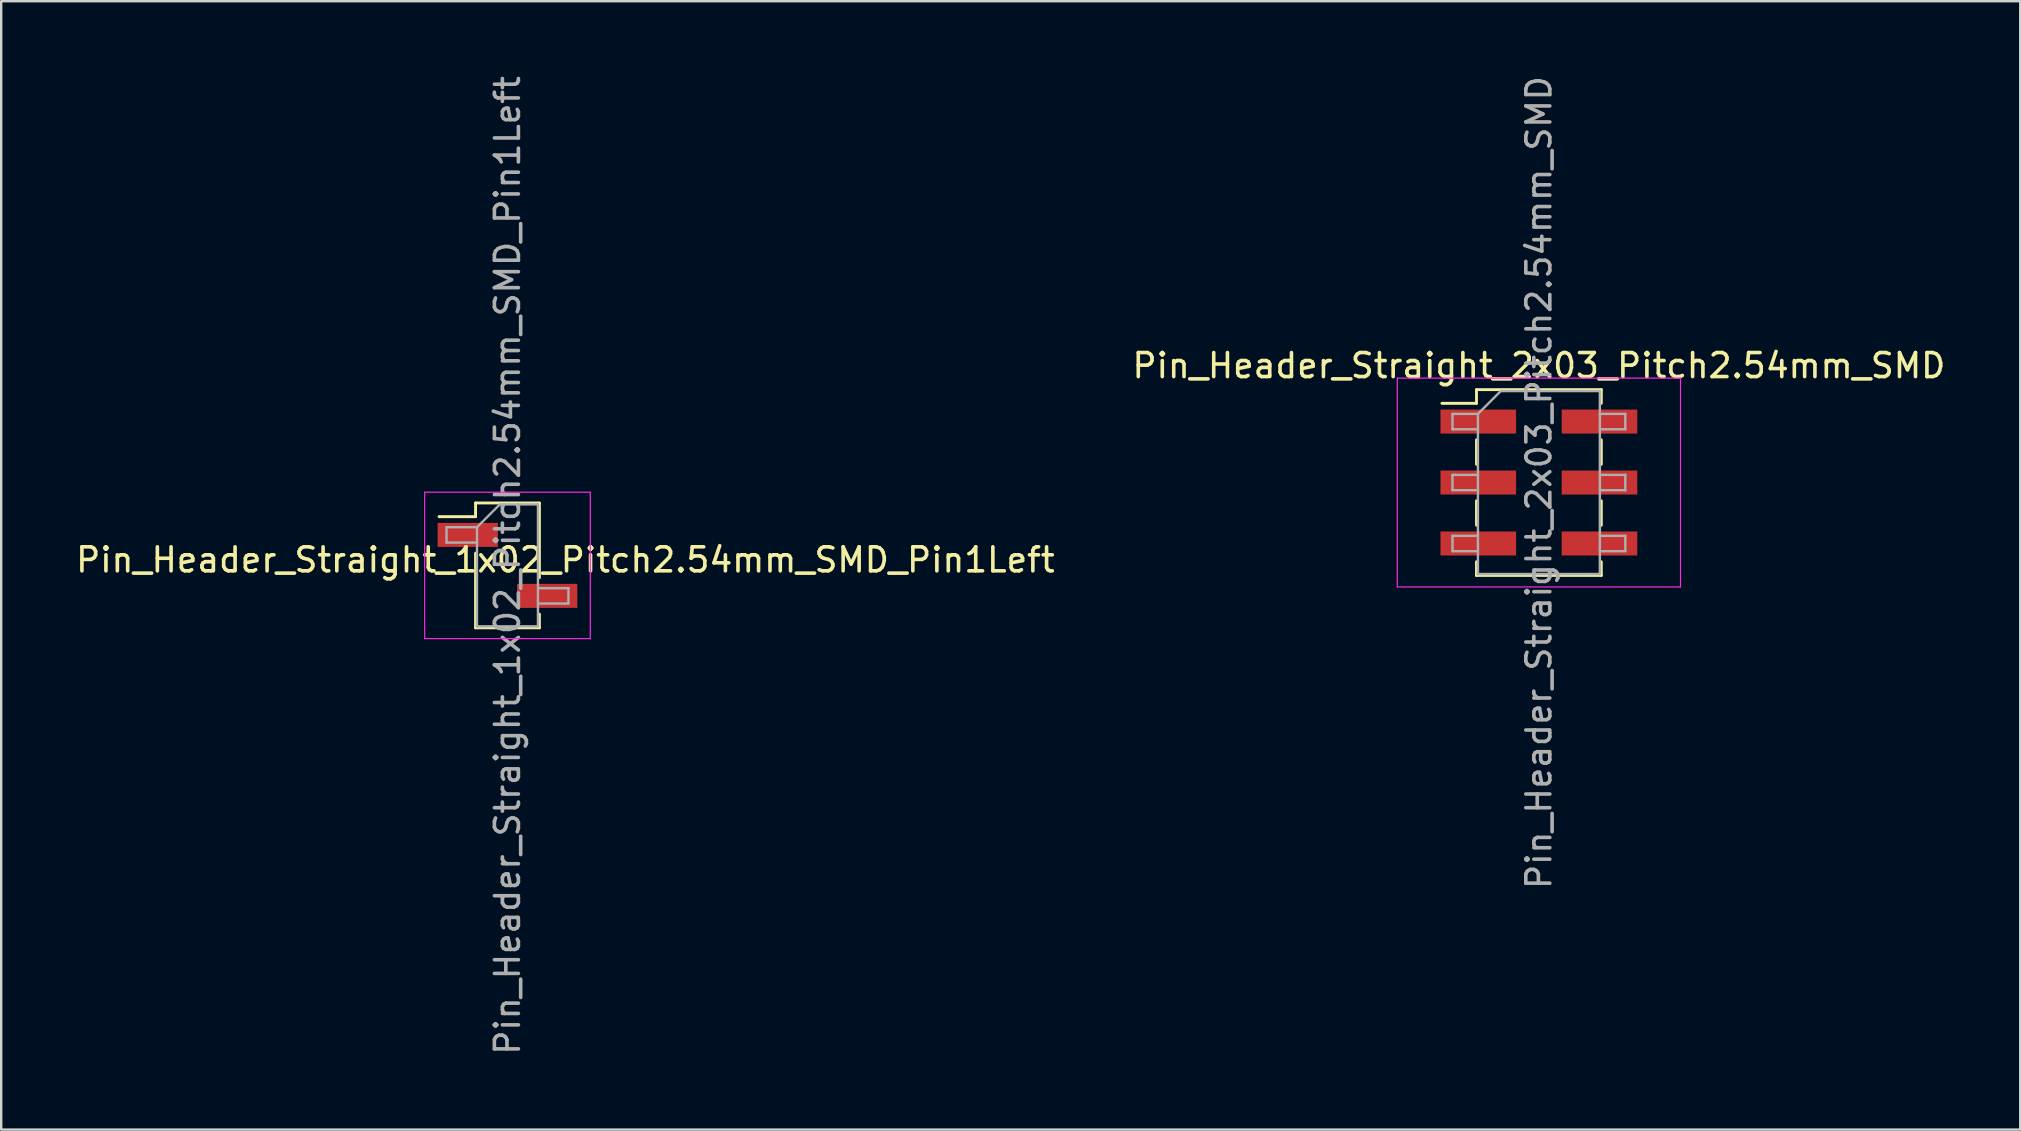
<source format=kicad_pcb>
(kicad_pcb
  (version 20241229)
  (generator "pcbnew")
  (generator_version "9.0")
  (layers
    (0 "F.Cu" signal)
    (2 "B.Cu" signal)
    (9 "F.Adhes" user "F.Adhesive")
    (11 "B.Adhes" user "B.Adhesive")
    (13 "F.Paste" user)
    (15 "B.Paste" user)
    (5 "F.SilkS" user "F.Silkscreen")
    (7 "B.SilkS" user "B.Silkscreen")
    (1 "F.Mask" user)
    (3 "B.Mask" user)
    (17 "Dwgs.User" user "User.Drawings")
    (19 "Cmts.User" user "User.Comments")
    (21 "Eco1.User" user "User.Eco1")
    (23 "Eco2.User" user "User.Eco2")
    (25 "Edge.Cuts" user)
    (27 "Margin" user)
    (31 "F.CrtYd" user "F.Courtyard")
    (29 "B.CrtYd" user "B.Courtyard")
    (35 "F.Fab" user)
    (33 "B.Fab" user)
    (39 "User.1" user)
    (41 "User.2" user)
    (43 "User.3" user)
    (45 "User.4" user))
  (footprint "Pin_Header_Straight_1x02_Pitch2.54mm_SMD_Pin1Left"
    (layer "F.Cu")
    (at 18.093 20.506)
    (property "Reference" "Pin_Header_Straight_1x02_Pitch2.54mm_SMD_Pin1Left" (at 2.413 -0.229 180) (layer "F.SilkS") (effects (font (size 1 1) (thickness 0.15))))
    (attr smd)
    (fp_line (start -1.33 -2.6) (end -1.33 -2.03) (stroke (width 0.12) (type solid)) (layer "F.SilkS"))
    (fp_line (start -1.33 -2.6) (end 1.33 -2.6) (stroke (width 0.12) (type solid)) (layer "F.SilkS"))
    (fp_line (start -1.33 -2.03) (end -2.85 -2.03) (stroke (width 0.12) (type solid)) (layer "F.SilkS"))
    (fp_line (start -1.33 -0.51) (end -1.33 2.6) (stroke (width 0.12) (type solid)) (layer "F.SilkS"))
    (fp_line (start -1.33 2.6) (end 1.33 2.6) (stroke (width 0.12) (type solid)) (layer "F.SilkS"))
    (fp_line (start 1.33 -2.6) (end 1.33 0.51) (stroke (width 0.12) (type solid)) (layer "F.SilkS"))
    (fp_line (start 1.33 2.03) (end 1.33 2.6) (stroke (width 0.12) (type solid)) (layer "F.SilkS"))
    (fp_line (start -3.45 -3.05) (end -3.45 3.05) (stroke (width 0.05) (type solid)) (layer "F.CrtYd"))
    (fp_line (start -3.45 3.05) (end 3.45 3.05) (stroke (width 0.05) (type solid)) (layer "F.CrtYd"))
    (fp_line (start 3.45 -3.05) (end -3.45 -3.05) (stroke (width 0.05) (type solid)) (layer "F.CrtYd"))
    (fp_line (start 3.45 3.05) (end 3.45 -3.05) (stroke (width 0.05) (type solid)) (layer "F.CrtYd"))
    (fp_line (start -2.54 -1.59) (end -2.54 -0.95) (stroke (width 0.1) (type solid)) (layer "F.Fab"))
    (fp_line (start -2.54 -0.95) (end -1.27 -0.95) (stroke (width 0.1) (type solid)) (layer "F.Fab"))
    (fp_line (start -1.27 -1.59) (end -2.54 -1.59) (stroke (width 0.1) (type solid)) (layer "F.Fab"))
    (fp_line (start -1.27 -1.59) (end -0.32 -2.54) (stroke (width 0.1) (type solid)) (layer "F.Fab"))
    (fp_line (start -1.27 2.54) (end -1.27 -1.59) (stroke (width 0.1) (type solid)) (layer "F.Fab"))
    (fp_line (start -0.32 -2.54) (end 1.27 -2.54) (stroke (width 0.1) (type solid)) (layer "F.Fab"))
    (fp_line (start 1.27 -2.54) (end 1.27 2.54) (stroke (width 0.1) (type solid)) (layer "F.Fab"))
    (fp_line (start 1.27 0.95) (end 2.54 0.95) (stroke (width 0.1) (type solid)) (layer "F.Fab"))
    (fp_line (start 1.27 2.54) (end -1.27 2.54) (stroke (width 0.1) (type solid)) (layer "F.Fab"))
    (fp_line (start 2.54 0.95) (end 2.54 1.59) (stroke (width 0.1) (type solid)) (layer "F.Fab"))
    (fp_line (start 2.54 1.59) (end 1.27 1.59) (stroke (width 0.1) (type solid)) (layer "F.Fab"))
    (fp_text user "${REFERENCE}" (at 0 0 270) (layer "F.Fab") (effects (font (size 1 1) (thickness 0.15))))
    (pad "1" smd rect (at -1.655 -1.27) (size 2.51 1) (layers "F.Cu" "F.Mask" "F.Paste"))
    (pad "2" smd rect (at 1.655 1.27) (size 2.51 1) (layers "F.Cu" "F.Mask" "F.Paste")))
  (footprint "Pin_Header_Straight_2x03_Pitch2.54mm_SMD"
    (layer "F.Cu")
    (at 61.065 17.054)
    (property "Reference" "Pin_Header_Straight_2x03_Pitch2.54mm_SMD" (at 0 -4.87 0) (layer "F.SilkS") (effects (font (size 1 1) (thickness 0.15))))
    (attr smd)
    (fp_line (start -4.04 -3.3) (end -2.6 -3.3) (stroke (width 0.12) (type solid)) (layer "F.SilkS"))
    (fp_line (start -2.6 -3.87) (end -2.6 -3.3) (stroke (width 0.12) (type solid)) (layer "F.SilkS"))
    (fp_line (start -2.6 -3.87) (end 2.6 -3.87) (stroke (width 0.12) (type solid)) (layer "F.SilkS"))
    (fp_line (start -2.6 -1.78) (end -2.6 -0.76) (stroke (width 0.12) (type solid)) (layer "F.SilkS"))
    (fp_line (start -2.6 0.76) (end -2.6 1.78) (stroke (width 0.12) (type solid)) (layer "F.SilkS"))
    (fp_line (start -2.6 3.3) (end -2.6 3.87) (stroke (width 0.12) (type solid)) (layer "F.SilkS"))
    (fp_line (start -2.6 3.87) (end 2.6 3.87) (stroke (width 0.12) (type solid)) (layer "F.SilkS"))
    (fp_line (start 2.6 -3.87) (end 2.6 -3.3) (stroke (width 0.12) (type solid)) (layer "F.SilkS"))
    (fp_line (start 2.6 -1.78) (end 2.6 -0.76) (stroke (width 0.12) (type solid)) (layer "F.SilkS"))
    (fp_line (start 2.6 0.76) (end 2.6 1.78) (stroke (width 0.12) (type solid)) (layer "F.SilkS"))
    (fp_line (start 2.6 3.3) (end 2.6 3.87) (stroke (width 0.12) (type solid)) (layer "F.SilkS"))
    (fp_line (start -5.9 -4.35) (end -5.9 4.35) (stroke (width 0.05) (type solid)) (layer "F.CrtYd"))
    (fp_line (start -5.9 4.35) (end 5.9 4.35) (stroke (width 0.05) (type solid)) (layer "F.CrtYd"))
    (fp_line (start 5.9 -4.35) (end -5.9 -4.35) (stroke (width 0.05) (type solid)) (layer "F.CrtYd"))
    (fp_line (start 5.9 4.35) (end 5.9 -4.35) (stroke (width 0.05) (type solid)) (layer "F.CrtYd"))
    (fp_line (start -3.6 -2.86) (end -3.6 -2.22) (stroke (width 0.1) (type solid)) (layer "F.Fab"))
    (fp_line (start -3.6 -2.22) (end -2.54 -2.22) (stroke (width 0.1) (type solid)) (layer "F.Fab"))
    (fp_line (start -3.6 -0.32) (end -3.6 0.32) (stroke (width 0.1) (type solid)) (layer "F.Fab"))
    (fp_line (start -3.6 0.32) (end -2.54 0.32) (stroke (width 0.1) (type solid)) (layer "F.Fab"))
    (fp_line (start -3.6 2.22) (end -3.6 2.86) (stroke (width 0.1) (type solid)) (layer "F.Fab"))
    (fp_line (start -3.6 2.86) (end -2.54 2.86) (stroke (width 0.1) (type solid)) (layer "F.Fab"))
    (fp_line (start -2.54 -2.86) (end -3.6 -2.86) (stroke (width 0.1) (type solid)) (layer "F.Fab"))
    (fp_line (start -2.54 -2.86) (end -1.59 -3.81) (stroke (width 0.1) (type solid)) (layer "F.Fab"))
    (fp_line (start -2.54 -0.32) (end -3.6 -0.32) (stroke (width 0.1) (type solid)) (layer "F.Fab"))
    (fp_line (start -2.54 2.22) (end -3.6 2.22) (stroke (width 0.1) (type solid)) (layer "F.Fab"))
    (fp_line (start -2.54 3.81) (end -2.54 -2.86) (stroke (width 0.1) (type solid)) (layer "F.Fab"))
    (fp_line (start -1.59 -3.81) (end 2.54 -3.81) (stroke (width 0.1) (type solid)) (layer "F.Fab"))
    (fp_line (start 2.54 -3.81) (end 2.54 3.81) (stroke (width 0.1) (type solid)) (layer "F.Fab"))
    (fp_line (start 2.54 -2.86) (end 3.6 -2.86) (stroke (width 0.1) (type solid)) (layer "F.Fab"))
    (fp_line (start 2.54 -0.32) (end 3.6 -0.32) (stroke (width 0.1) (type solid)) (layer "F.Fab"))
    (fp_line (start 2.54 2.22) (end 3.6 2.22) (stroke (width 0.1) (type solid)) (layer "F.Fab"))
    (fp_line (start 2.54 3.81) (end -2.54 3.81) (stroke (width 0.1) (type solid)) (layer "F.Fab"))
    (fp_line (start 3.6 -2.86) (end 3.6 -2.22) (stroke (width 0.1) (type solid)) (layer "F.Fab"))
    (fp_line (start 3.6 -2.22) (end 2.54 -2.22) (stroke (width 0.1) (type solid)) (layer "F.Fab"))
    (fp_line (start 3.6 -0.32) (end 3.6 0.32) (stroke (width 0.1) (type solid)) (layer "F.Fab"))
    (fp_line (start 3.6 0.32) (end 2.54 0.32) (stroke (width 0.1) (type solid)) (layer "F.Fab"))
    (fp_line (start 3.6 2.22) (end 3.6 2.86) (stroke (width 0.1) (type solid)) (layer "F.Fab"))
    (fp_line (start 3.6 2.86) (end 2.54 2.86) (stroke (width 0.1) (type solid)) (layer "F.Fab"))
    (fp_text user "${REFERENCE}" (at 0 0 90) (layer "F.Fab") (effects (font (size 1 1) (thickness 0.15))))
    (pad "1" smd rect (at -2.525 -2.54) (size 3.15 1) (layers "F.Cu" "F.Mask" "F.Paste"))
    (pad "2" smd rect (at 2.525 -2.54) (size 3.15 1) (layers "F.Cu" "F.Mask" "F.Paste"))
    (pad "3" smd rect (at -2.525 0) (size 3.15 1) (layers "F.Cu" "F.Mask" "F.Paste"))
    (pad "4" smd rect (at 2.525 0) (size 3.15 1) (layers "F.Cu" "F.Mask" "F.Paste"))
    (pad "5" smd rect (at -2.525 2.54) (size 3.15 1) (layers "F.Cu" "F.Mask" "F.Paste"))
    (pad "6" smd rect (at 2.525 2.54) (size 3.15 1) (layers "F.Cu" "F.Mask" "F.Paste")))
  (gr_rect
    (start -3 -3)
    (end 81.119 44.012)
    (stroke (width 0.1) (type default))
    (fill no)
    (layer "Edge.Cuts")))
</source>
